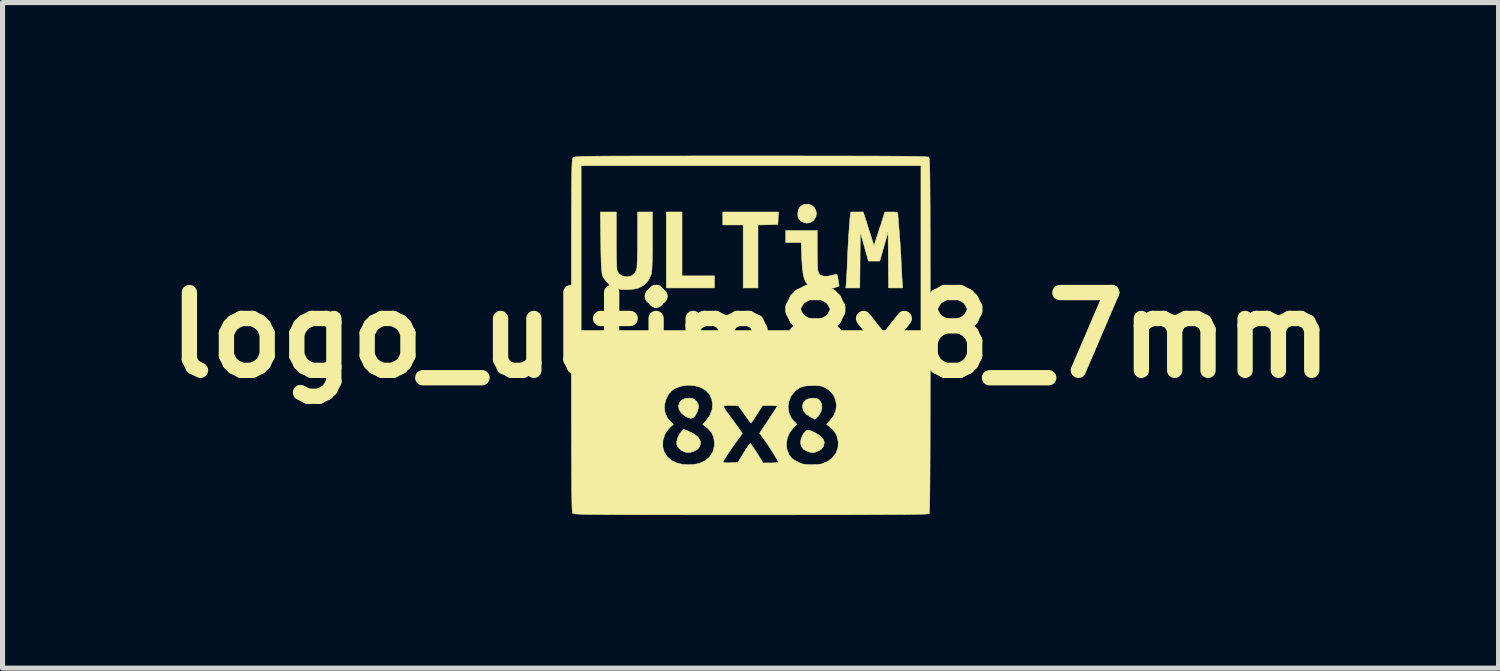
<source format=kicad_pcb>
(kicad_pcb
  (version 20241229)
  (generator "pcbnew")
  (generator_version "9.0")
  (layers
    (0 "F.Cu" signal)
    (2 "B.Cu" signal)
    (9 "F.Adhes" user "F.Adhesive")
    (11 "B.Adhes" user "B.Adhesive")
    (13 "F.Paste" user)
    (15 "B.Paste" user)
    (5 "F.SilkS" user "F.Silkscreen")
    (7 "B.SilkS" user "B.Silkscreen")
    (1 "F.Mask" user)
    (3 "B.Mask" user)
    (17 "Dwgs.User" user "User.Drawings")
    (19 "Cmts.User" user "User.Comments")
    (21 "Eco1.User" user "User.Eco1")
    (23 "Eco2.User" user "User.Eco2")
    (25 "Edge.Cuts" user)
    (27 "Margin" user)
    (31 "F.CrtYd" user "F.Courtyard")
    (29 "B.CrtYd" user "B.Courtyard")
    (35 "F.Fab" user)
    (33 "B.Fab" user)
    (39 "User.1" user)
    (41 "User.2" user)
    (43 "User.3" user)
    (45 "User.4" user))
  (footprint "logo_ultim8x8_7mm"
    (layer "F.Cu")
    (at 11.655 3.516)
    (property "Reference" "logo_ultim8x8_7mm" (at 0 0 0) (layer "F.SilkS") (effects (font (size 1.524 1.524) (thickness 0.3))))
    (attr through_hole)
    (fp_poly (pts (xy -1.343 -1.161) (xy -0.708 -1.161) (xy -0.708 -0.925) (xy -1.651 -0.925) (xy -1.651 -2.413) (xy -1.343 -2.413) (xy -1.343 -1.161)) (stroke (width 0.01) (type solid)) (fill yes) (layer "F.SilkS"))
    (fp_poly (pts (xy 0.541 -2.291) (xy 0.535 -2.168) (xy 0.34 -2.163) (xy 0.145 -2.158) (xy 0.145 -0.925) (xy -0.145 -0.925) (xy -0.145 -2.159) (xy -0.544 -2.159) (xy -0.544 -2.413) (xy 0.546 -2.413) (xy 0.541 -2.291)) (stroke (width 0.01) (type solid)) (fill yes) (layer "F.SilkS"))
    (fp_poly (pts (xy 1.194 -2.546) (xy 1.246 -2.502) (xy 1.28 -2.443) (xy 1.291 -2.376) (xy 1.276 -2.307) (xy 1.235 -2.248) (xy 1.168 -2.205) (xy 1.094 -2.194) (xy 1.019 -2.216) (xy 0.981 -2.242) (xy 0.945 -2.278) (xy 0.929 -2.317) (xy 0.925 -2.374) (xy 0.936 -2.458) (xy 0.97 -2.516) (xy 1.031 -2.553) (xy 1.05 -2.56) (xy 1.127 -2.567) (xy 1.194 -2.546)) (stroke (width 0.01) (type solid)) (fill yes) (layer "F.SilkS"))
    (fp_poly (pts (xy 1.282 1.238) (xy 1.325 1.255) (xy 1.352 1.278) (xy 1.389 1.339) (xy 1.398 1.413) (xy 1.382 1.492) (xy 1.34 1.568) (xy 1.303 1.609) (xy 1.261 1.648) (xy 1.176 1.605) (xy 1.09 1.548) (xy 1.037 1.484) (xy 1.016 1.41) (xy 1.016 1.396) (xy 1.032 1.326) (xy 1.077 1.273) (xy 1.148 1.242) (xy 1.218 1.234) (xy 1.282 1.238)) (stroke (width 0.01) (type solid)) (fill yes) (layer "F.SilkS"))
    (fp_poly (pts (xy -1.15 1.238) (xy -1.107 1.254) (xy -1.069 1.287) (xy -1.029 1.342) (xy -1.018 1.402) (xy -1.034 1.476) (xy -1.044 1.501) (xy -1.084 1.578) (xy -1.127 1.62) (xy -1.179 1.63) (xy -1.244 1.607) (xy -1.292 1.58) (xy -1.361 1.521) (xy -1.401 1.454) (xy -1.411 1.387) (xy -1.394 1.325) (xy -1.352 1.275) (xy -1.284 1.243) (xy -1.212 1.234) (xy -1.15 1.238)) (stroke (width 0.01) (type solid)) (fill yes) (layer "F.SilkS"))
    (fp_poly (pts (xy -1.208 1.886) (xy -1.103 1.939) (xy -1.029 2) (xy -0.988 2.066) (xy -0.98 2.112) (xy -0.996 2.184) (xy -1.045 2.241) (xy -1.122 2.28) (xy -1.136 2.284) (xy -1.189 2.298) (xy -1.226 2.301) (xy -1.267 2.294) (xy -1.298 2.285) (xy -1.369 2.25) (xy -1.422 2.196) (xy -1.445 2.148) (xy -1.446 2.082) (xy -1.425 2.006) (xy -1.386 1.932) (xy -1.362 1.901) (xy -1.312 1.844) (xy -1.208 1.886)) (stroke (width 0.01) (type solid)) (fill yes) (layer "F.SilkS"))
    (fp_poly (pts (xy 1.142 1.862) (xy 1.196 1.88) (xy 1.262 1.911) (xy 1.268 1.914) (xy 1.363 1.975) (xy 1.422 2.038) (xy 1.445 2.102) (xy 1.432 2.169) (xy 1.392 2.227) (xy 1.347 2.259) (xy 1.286 2.287) (xy 1.225 2.302) (xy 1.206 2.303) (xy 1.179 2.297) (xy 1.133 2.283) (xy 1.116 2.277) (xy 1.04 2.238) (xy 0.996 2.184) (xy 0.98 2.111) (xy 0.98 2.097) (xy 0.99 2.035) (xy 1.016 1.968) (xy 1.053 1.909) (xy 1.092 1.868) (xy 1.111 1.858) (xy 1.142 1.862)) (stroke (width 0.01) (type solid)) (fill yes) (layer "F.SilkS"))
    (fp_poly (pts (xy 1.306 -1.661) (xy 1.307 -1.502) (xy 1.311 -1.378) (xy 1.316 -1.29) (xy 1.324 -1.236) (xy 1.327 -1.225) (xy 1.366 -1.178) (xy 1.427 -1.155) (xy 1.513 -1.155) (xy 1.626 -1.178) (xy 1.661 -1.188) (xy 1.682 -1.191) (xy 1.696 -1.18) (xy 1.706 -1.147) (xy 1.716 -1.086) (xy 1.717 -1.081) (xy 1.735 -0.963) (xy 1.661 -0.933) (xy 1.584 -0.912) (xy 1.49 -0.899) (xy 1.392 -0.895) (xy 1.304 -0.901) (xy 1.245 -0.914) (xy 1.177 -0.946) (xy 1.123 -0.986) (xy 1.081 -1.04) (xy 1.05 -1.112) (xy 1.029 -1.206) (xy 1.014 -1.326) (xy 1.005 -1.478) (xy 1.003 -1.51) (xy 0.992 -1.814) (xy 0.689 -1.814) (xy 0.689 -2.05) (xy 1.306 -2.05) (xy 1.306 -1.661)) (stroke (width 0.01) (type solid)) (fill yes) (layer "F.SilkS"))
    (fp_poly (pts (xy 2.313 -2.082) (xy 2.418 -1.751) (xy 2.525 -2.082) (xy 2.632 -2.413) (xy 2.758 -2.413) (xy 2.826 -2.412) (xy 2.864 -2.407) (xy 2.881 -2.396) (xy 2.885 -2.381) (xy 2.887 -2.353) (xy 2.891 -2.296) (xy 2.897 -2.216) (xy 2.905 -2.12) (xy 2.911 -2.05) (xy 2.921 -1.924) (xy 2.931 -1.786) (xy 2.94 -1.651) (xy 2.946 -1.534) (xy 2.947 -1.506) (xy 2.952 -1.396) (xy 2.958 -1.28) (xy 2.964 -1.173) (xy 2.968 -1.093) (xy 2.979 -0.925) (xy 2.704 -0.925) (xy 2.699 -1.473) (xy 2.694 -2.021) (xy 2.531 -1.451) (xy 2.309 -1.451) (xy 2.15 -2.023) (xy 2.145 -1.474) (xy 2.14 -0.925) (xy 1.867 -0.925) (xy 1.876 -1.048) (xy 1.881 -1.111) (xy 1.885 -1.201) (xy 1.891 -1.305) (xy 1.895 -1.414) (xy 1.896 -1.442) (xy 1.902 -1.576) (xy 1.909 -1.719) (xy 1.917 -1.863) (xy 1.926 -2.002) (xy 1.934 -2.127) (xy 1.943 -2.233) (xy 1.95 -2.312) (xy 1.952 -2.327) (xy 1.963 -2.413) (xy 2.207 -2.413) (xy 2.313 -2.082)) (stroke (width 0.01) (type solid)) (fill yes) (layer "F.SilkS"))
    (fp_poly (pts (xy -2.631 -1.862) (xy -2.63 -1.68) (xy -2.628 -1.528) (xy -2.624 -1.407) (xy -2.62 -1.319) (xy -2.614 -1.266) (xy -2.611 -1.254) (xy -2.572 -1.195) (xy -2.507 -1.157) (xy -2.421 -1.143) (xy -2.416 -1.143) (xy -2.336 -1.159) (xy -2.273 -1.205) (xy -2.234 -1.278) (xy -2.232 -1.284) (xy -2.227 -1.322) (xy -2.223 -1.39) (xy -2.219 -1.487) (xy -2.216 -1.606) (xy -2.214 -1.743) (xy -2.214 -1.882) (xy -2.213 -2.413) (xy -1.923 -2.413) (xy -1.923 -1.845) (xy -1.923 -1.677) (xy -1.925 -1.541) (xy -1.927 -1.433) (xy -1.93 -1.348) (xy -1.934 -1.284) (xy -1.94 -1.234) (xy -1.947 -1.196) (xy -1.951 -1.182) (xy -2.001 -1.076) (xy -2.078 -0.991) (xy -2.177 -0.931) (xy -2.216 -0.917) (xy -2.307 -0.9) (xy -2.416 -0.892) (xy -2.527 -0.895) (xy -2.624 -0.908) (xy -2.639 -0.912) (xy -2.705 -0.943) (xy -2.775 -0.997) (xy -2.839 -1.065) (xy -2.887 -1.137) (xy -2.902 -1.17) (xy -2.91 -1.202) (xy -2.916 -1.252) (xy -2.921 -1.322) (xy -2.926 -1.417) (xy -2.93 -1.539) (xy -2.933 -1.692) (xy -2.934 -1.828) (xy -2.942 -2.413) (xy -2.631 -2.413) (xy -2.631 -1.862)) (stroke (width 0.01) (type solid)) (fill yes) (layer "F.SilkS"))
    (fp_poly (pts (xy 0.431 -3.511) (xy 0.82 -3.511) (xy 1.176 -3.51) (xy 1.5 -3.51) (xy 1.793 -3.51) (xy 2.057 -3.509) (xy 2.294 -3.509) (xy 2.504 -3.508) (xy 2.689 -3.507) (xy 2.851 -3.506) (xy 2.99 -3.505) (xy 3.109 -3.503) (xy 3.209 -3.502) (xy 3.291 -3.5) (xy 3.357 -3.498) (xy 3.408 -3.496) (xy 3.445 -3.493) (xy 3.471 -3.491) (xy 3.485 -3.488) (xy 3.49 -3.486) (xy 3.493 -3.481) (xy 3.497 -3.471) (xy 3.5 -3.456) (xy 3.502 -3.433) (xy 3.505 -3.401) (xy 3.507 -3.359) (xy 3.509 -3.304) (xy 3.511 -3.236) (xy 3.513 -3.152) (xy 3.514 -3.053) (xy 3.515 -2.935) (xy 3.516 -2.797) (xy 3.517 -2.638) (xy 3.518 -2.457) (xy 3.518 -2.252) (xy 3.519 -2.02) (xy 3.519 -1.762) (xy 3.519 -1.475) (xy 3.52 -1.158) (xy 3.52 -0.809) (xy 3.52 -0.427) (xy 3.52 -0.01) (xy 3.52 0.008) (xy 3.52 0.445) (xy 3.52 0.848) (xy 3.519 1.217) (xy 3.519 1.553) (xy 3.518 1.858) (xy 3.518 2.132) (xy 3.517 2.377) (xy 3.516 2.594) (xy 3.515 2.785) (xy 3.514 2.95) (xy 3.512 3.091) (xy 3.511 3.209) (xy 3.509 3.305) (xy 3.507 3.38) (xy 3.505 3.436) (xy 3.502 3.473) (xy 3.5 3.493) (xy 3.498 3.498) (xy 3.487 3.501) (xy 3.46 3.503) (xy 3.416 3.506) (xy 3.352 3.508) (xy 3.269 3.51) (xy 3.165 3.511) (xy 3.038 3.513) (xy 2.887 3.514) (xy 2.712 3.515) (xy 2.511 3.516) (xy 2.283 3.517) (xy 2.026 3.518) (xy 1.74 3.519) (xy 1.423 3.519) (xy 1.074 3.519) (xy 0.692 3.52) (xy 0.275 3.52) (xy 0.008 3.52) (xy -0.411 3.52) (xy -0.794 3.52) (xy -1.144 3.52) (xy -1.463 3.519) (xy -1.751 3.519) (xy -2.01 3.519) (xy -2.243 3.518) (xy -2.449 3.518) (xy -2.631 3.517) (xy -2.791 3.516) (xy -2.929 3.515) (xy -3.048 3.514) (xy -3.149 3.513) (xy -3.233 3.511) (xy -3.301 3.509) (xy -3.357 3.507) (xy -3.4 3.505) (xy -3.432 3.503) (xy -3.455 3.5) (xy -3.471 3.497) (xy -3.481 3.493) (xy -3.486 3.49) (xy -3.486 3.49) (xy -3.489 3.482) (xy -3.492 3.464) (xy -3.494 3.435) (xy -3.497 3.393) (xy -3.499 3.338) (xy -3.501 3.267) (xy -3.502 3.179) (xy -3.504 3.073) (xy -3.505 2.948) (xy -3.506 2.801) (xy -3.507 2.632) (xy -3.508 2.439) (xy -3.509 2.221) (xy -3.509 2.182) (xy -1.721 2.182) (xy -1.692 2.289) (xy -1.634 2.382) (xy -1.548 2.457) (xy -1.448 2.505) (xy -1.343 2.53) (xy -1.221 2.539) (xy -1.099 2.532) (xy -1.006 2.513) (xy -0.956 2.491) (xy -0.539 2.491) (xy -0.523 2.499) (xy -0.484 2.502) (xy -0.417 2.501) (xy -0.398 2.5) (xy -0.248 2.495) (xy -0.165 2.356) (xy -0.122 2.287) (xy -0.082 2.224) (xy -0.051 2.178) (xy -0.044 2.168) (xy -0.006 2.118) (xy 0.057 2.207) (xy 0.102 2.273) (xy 0.152 2.35) (xy 0.182 2.399) (xy 0.244 2.504) (xy 0.394 2.504) (xy 0.463 2.502) (xy 0.515 2.498) (xy 0.542 2.492) (xy 0.544 2.49) (xy 0.535 2.466) (xy 0.509 2.419) (xy 0.471 2.355) (xy 0.425 2.281) (xy 0.376 2.203) (xy 0.327 2.128) (xy 0.325 2.126) (xy 0.702 2.126) (xy 0.713 2.238) (xy 0.753 2.341) (xy 0.796 2.401) (xy 0.836 2.434) (xy 0.897 2.471) (xy 0.966 2.504) (xy 1.016 2.523) (xy 1.069 2.532) (xy 1.146 2.537) (xy 1.232 2.537) (xy 1.315 2.534) (xy 1.382 2.525) (xy 1.4 2.521) (xy 1.514 2.474) (xy 1.605 2.403) (xy 1.672 2.314) (xy 1.711 2.213) (xy 1.72 2.104) (xy 1.697 1.993) (xy 1.68 1.952) (xy 1.65 1.898) (xy 1.615 1.853) (xy 1.566 1.807) (xy 1.495 1.752) (xy 1.491 1.749) (xy 1.499 1.735) (xy 1.527 1.704) (xy 1.558 1.671) (xy 1.63 1.577) (xy 1.671 1.473) (xy 1.682 1.366) (xy 1.664 1.261) (xy 1.618 1.165) (xy 1.545 1.083) (xy 1.485 1.042) (xy 1.435 1.017) (xy 1.392 1.001) (xy 1.343 0.992) (xy 1.277 0.989) (xy 1.216 0.989) (xy 1.109 0.992) (xy 1.028 1.005) (xy 0.961 1.031) (xy 0.9 1.074) (xy 0.865 1.104) (xy 0.794 1.193) (xy 0.75 1.295) (xy 0.735 1.405) (xy 0.748 1.513) (xy 0.791 1.613) (xy 0.836 1.673) (xy 0.907 1.747) (xy 0.841 1.811) (xy 0.767 1.906) (xy 0.72 2.013) (xy 0.702 2.126) (xy 0.325 2.126) (xy 0.282 2.064) (xy 0.268 2.045) (xy 0.177 1.922) (xy 0.351 1.659) (xy 0.408 1.573) (xy 0.458 1.498) (xy 0.496 1.439) (xy 0.52 1.4) (xy 0.526 1.388) (xy 0.509 1.384) (xy 0.465 1.381) (xy 0.402 1.379) (xy 0.381 1.379) (xy 0.236 1.379) (xy 0.125 1.551) (xy 0.081 1.62) (xy 0.044 1.675) (xy 0.018 1.712) (xy 0.009 1.724) (xy -0.003 1.71) (xy -0.032 1.672) (xy -0.073 1.616) (xy -0.119 1.551) (xy -0.242 1.379) (xy -0.394 1.379) (xy -0.45 1.378) (xy -0.491 1.379) (xy -0.516 1.384) (xy -0.524 1.399) (xy -0.516 1.426) (xy -0.489 1.47) (xy -0.443 1.534) (xy -0.378 1.622) (xy -0.337 1.678) (xy -0.279 1.758) (xy -0.229 1.828) (xy -0.191 1.883) (xy -0.168 1.917) (xy -0.164 1.925) (xy -0.174 1.945) (xy -0.2 1.982) (xy -0.22 2.007) (xy -0.253 2.051) (xy -0.298 2.113) (xy -0.349 2.186) (xy -0.402 2.264) (xy -0.452 2.339) (xy -0.494 2.404) (xy -0.525 2.453) (xy -0.538 2.478) (xy -0.539 2.491) (xy -0.956 2.491) (xy -0.891 2.462) (xy -0.802 2.388) (xy -0.741 2.292) (xy -0.711 2.177) (xy -0.708 2.119) (xy -0.722 2.004) (xy -0.764 1.908) (xy -0.838 1.825) (xy -0.863 1.805) (xy -0.937 1.749) (xy -0.862 1.666) (xy -0.795 1.569) (xy -0.755 1.463) (xy -0.744 1.355) (xy -0.761 1.25) (xy -0.805 1.157) (xy -0.877 1.081) (xy -0.877 1.08) (xy -0.982 1.022) (xy -1.103 0.989) (xy -1.232 0.981) (xy -1.359 0.999) (xy -1.475 1.042) (xy -1.536 1.08) (xy -1.602 1.15) (xy -1.652 1.243) (xy -1.682 1.347) (xy -1.687 1.411) (xy -1.675 1.522) (xy -1.636 1.614) (xy -1.574 1.688) (xy -1.511 1.748) (xy -1.575 1.803) (xy -1.621 1.854) (xy -1.665 1.919) (xy -1.681 1.95) (xy -1.718 2.068) (xy -1.721 2.182) (xy -3.509 2.182) (xy -3.509 1.976) (xy -3.51 1.703) (xy -3.51 1.4) (xy -3.51 1.066) (xy -3.511 0.699) (xy -3.511 0.299) (xy -3.511 0.007) (xy -3.511 -0.409) (xy -3.511 -0.791) (xy -3.51 -1.139) (xy -3.51 -1.456) (xy -3.51 -1.742) (xy -3.51 -2) (xy -3.509 -2.23) (xy -3.509 -2.435) (xy -3.508 -2.616) (xy -3.507 -2.775) (xy -3.506 -2.912) (xy -3.505 -3.03) (xy -3.504 -3.13) (xy -3.502 -3.214) (xy -3.501 -3.283) (xy -3.499 -3.32) (xy -3.32 -3.32) (xy -3.32 -0.091) (xy 3.338 -0.091) (xy 3.338 -3.32) (xy -3.32 -3.32) (xy -3.499 -3.32) (xy -3.499 -3.338) (xy -3.496 -3.381) (xy -3.494 -3.415) (xy -3.491 -3.439) (xy -3.488 -3.456) (xy -3.485 -3.467) (xy -3.481 -3.475) (xy -3.478 -3.478) (xy -3.473 -3.482) (xy -3.465 -3.486) (xy -3.452 -3.489) (xy -3.433 -3.492) (xy -3.407 -3.495) (xy -3.371 -3.497) (xy -3.325 -3.499) (xy -3.266 -3.501) (xy -3.193 -3.503) (xy -3.106 -3.504) (xy -3.001 -3.506) (xy -2.878 -3.507) (xy -2.735 -3.508) (xy -2.571 -3.508) (xy -2.384 -3.509) (xy -2.172 -3.51) (xy -1.935 -3.51) (xy -1.67 -3.51) (xy -1.376 -3.51) (xy -1.051 -3.511) (xy -0.694 -3.511) (xy -0.304 -3.511) (xy 0.007 -3.511) (xy 0.431 -3.511)) (stroke (width 0.01) (type solid)) (fill yes) (layer "F.SilkS")))
  (gr_rect
    (start -3 -3)
    (end 26.31 10.04)
    (stroke (width 0.1) (type default))
    (fill no)
    (layer "Edge.Cuts")))
</source>
